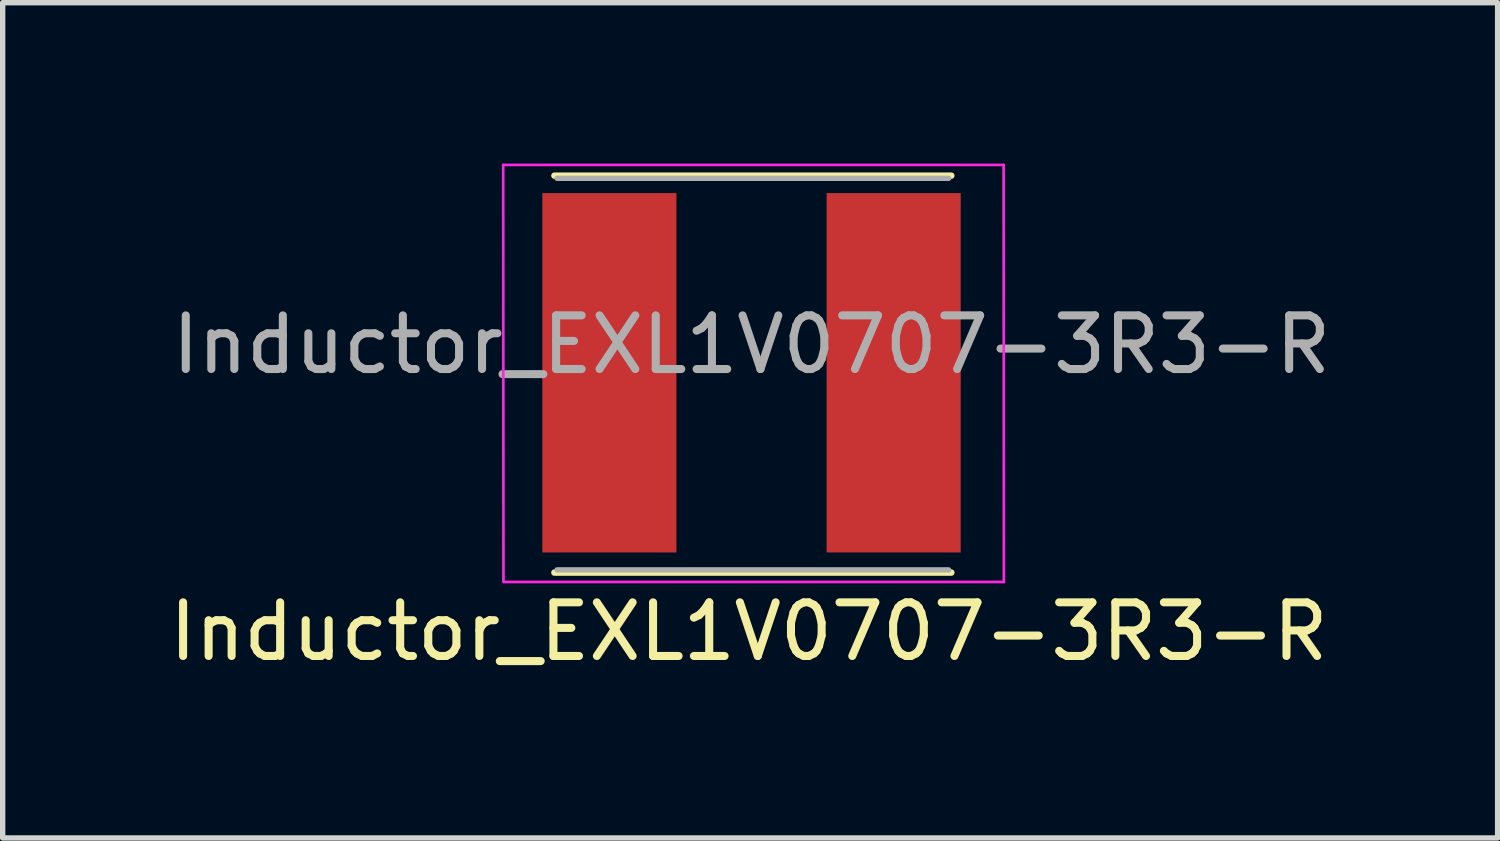
<source format=kicad_pcb>
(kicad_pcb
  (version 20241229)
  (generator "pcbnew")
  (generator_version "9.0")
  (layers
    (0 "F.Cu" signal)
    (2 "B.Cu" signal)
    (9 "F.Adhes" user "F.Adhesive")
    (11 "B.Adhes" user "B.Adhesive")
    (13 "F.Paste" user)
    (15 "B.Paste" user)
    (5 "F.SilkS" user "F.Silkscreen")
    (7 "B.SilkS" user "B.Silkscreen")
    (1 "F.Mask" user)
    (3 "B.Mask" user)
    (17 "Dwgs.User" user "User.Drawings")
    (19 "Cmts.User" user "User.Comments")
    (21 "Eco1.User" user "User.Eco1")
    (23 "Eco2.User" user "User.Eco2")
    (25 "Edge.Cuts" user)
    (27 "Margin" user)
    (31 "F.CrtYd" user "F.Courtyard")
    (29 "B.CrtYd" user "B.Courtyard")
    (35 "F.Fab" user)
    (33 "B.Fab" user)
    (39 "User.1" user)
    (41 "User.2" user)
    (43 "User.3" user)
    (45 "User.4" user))
  (footprint "Inductor_EXL1V0707-3R3-R"
    (layer "F.Cu")
    (at 10.961 3.9)
    (property "Reference" "Inductor_EXL1V0707-3R3-R" (at -0.05 4.825 0) (unlocked yes) (layer "F.SilkS") (effects (font (size 1 1) (thickness 0.15))))
    (attr smd)
    (fp_line (start -3.675 -3.675) (end 3.725 -3.675) (stroke (width 0.12) (type solid)) (layer "F.SilkS"))
    (fp_line (start 3.725 3.725) (end -3.675 3.725) (stroke (width 0.12) (type solid)) (layer "F.SilkS"))
    (fp_line (start -4.63 -3.875) (end -4.625 3.883) (stroke (width 0.05) (type solid)) (layer "F.CrtYd"))
    (fp_line (start -4.625 3.9) (end 4.705 3.9) (stroke (width 0.05) (type solid)) (layer "F.CrtYd"))
    (fp_line (start 4.7 -3.875) (end -4.63 -3.875) (stroke (width 0.05) (type solid)) (layer "F.CrtYd"))
    (fp_line (start 4.705 3.9) (end 4.7 -3.875) (stroke (width 0.05) (type solid)) (layer "F.CrtYd"))
    (fp_line (start -3.625 -3.625) (end 3.675 -3.625) (stroke (width 0.1) (type solid)) (layer "F.Fab"))
    (fp_line (start 3.675 3.675) (end -3.625 3.675) (stroke (width 0.1) (type solid)) (layer "F.Fab"))
    (fp_text user "${REFERENCE}" (at 0 -0.525 0) (layer "F.Fab") (effects (font (size 1 1) (thickness 0.15))))
    (pad "1" smd rect (at -2.65 0) (size 2.5 6.7) (layers "F.Cu" "F.Mask" "F.Paste"))
    (pad "2" smd rect (at 2.65 0) (size 2.5 6.7) (layers "F.Cu" "F.Mask" "F.Paste")))
  (gr_rect
    (start -3 -3)
    (end 24.871 12.573)
    (stroke (width 0.1) (type default))
    (fill no)
    (layer "Edge.Cuts")))
</source>
